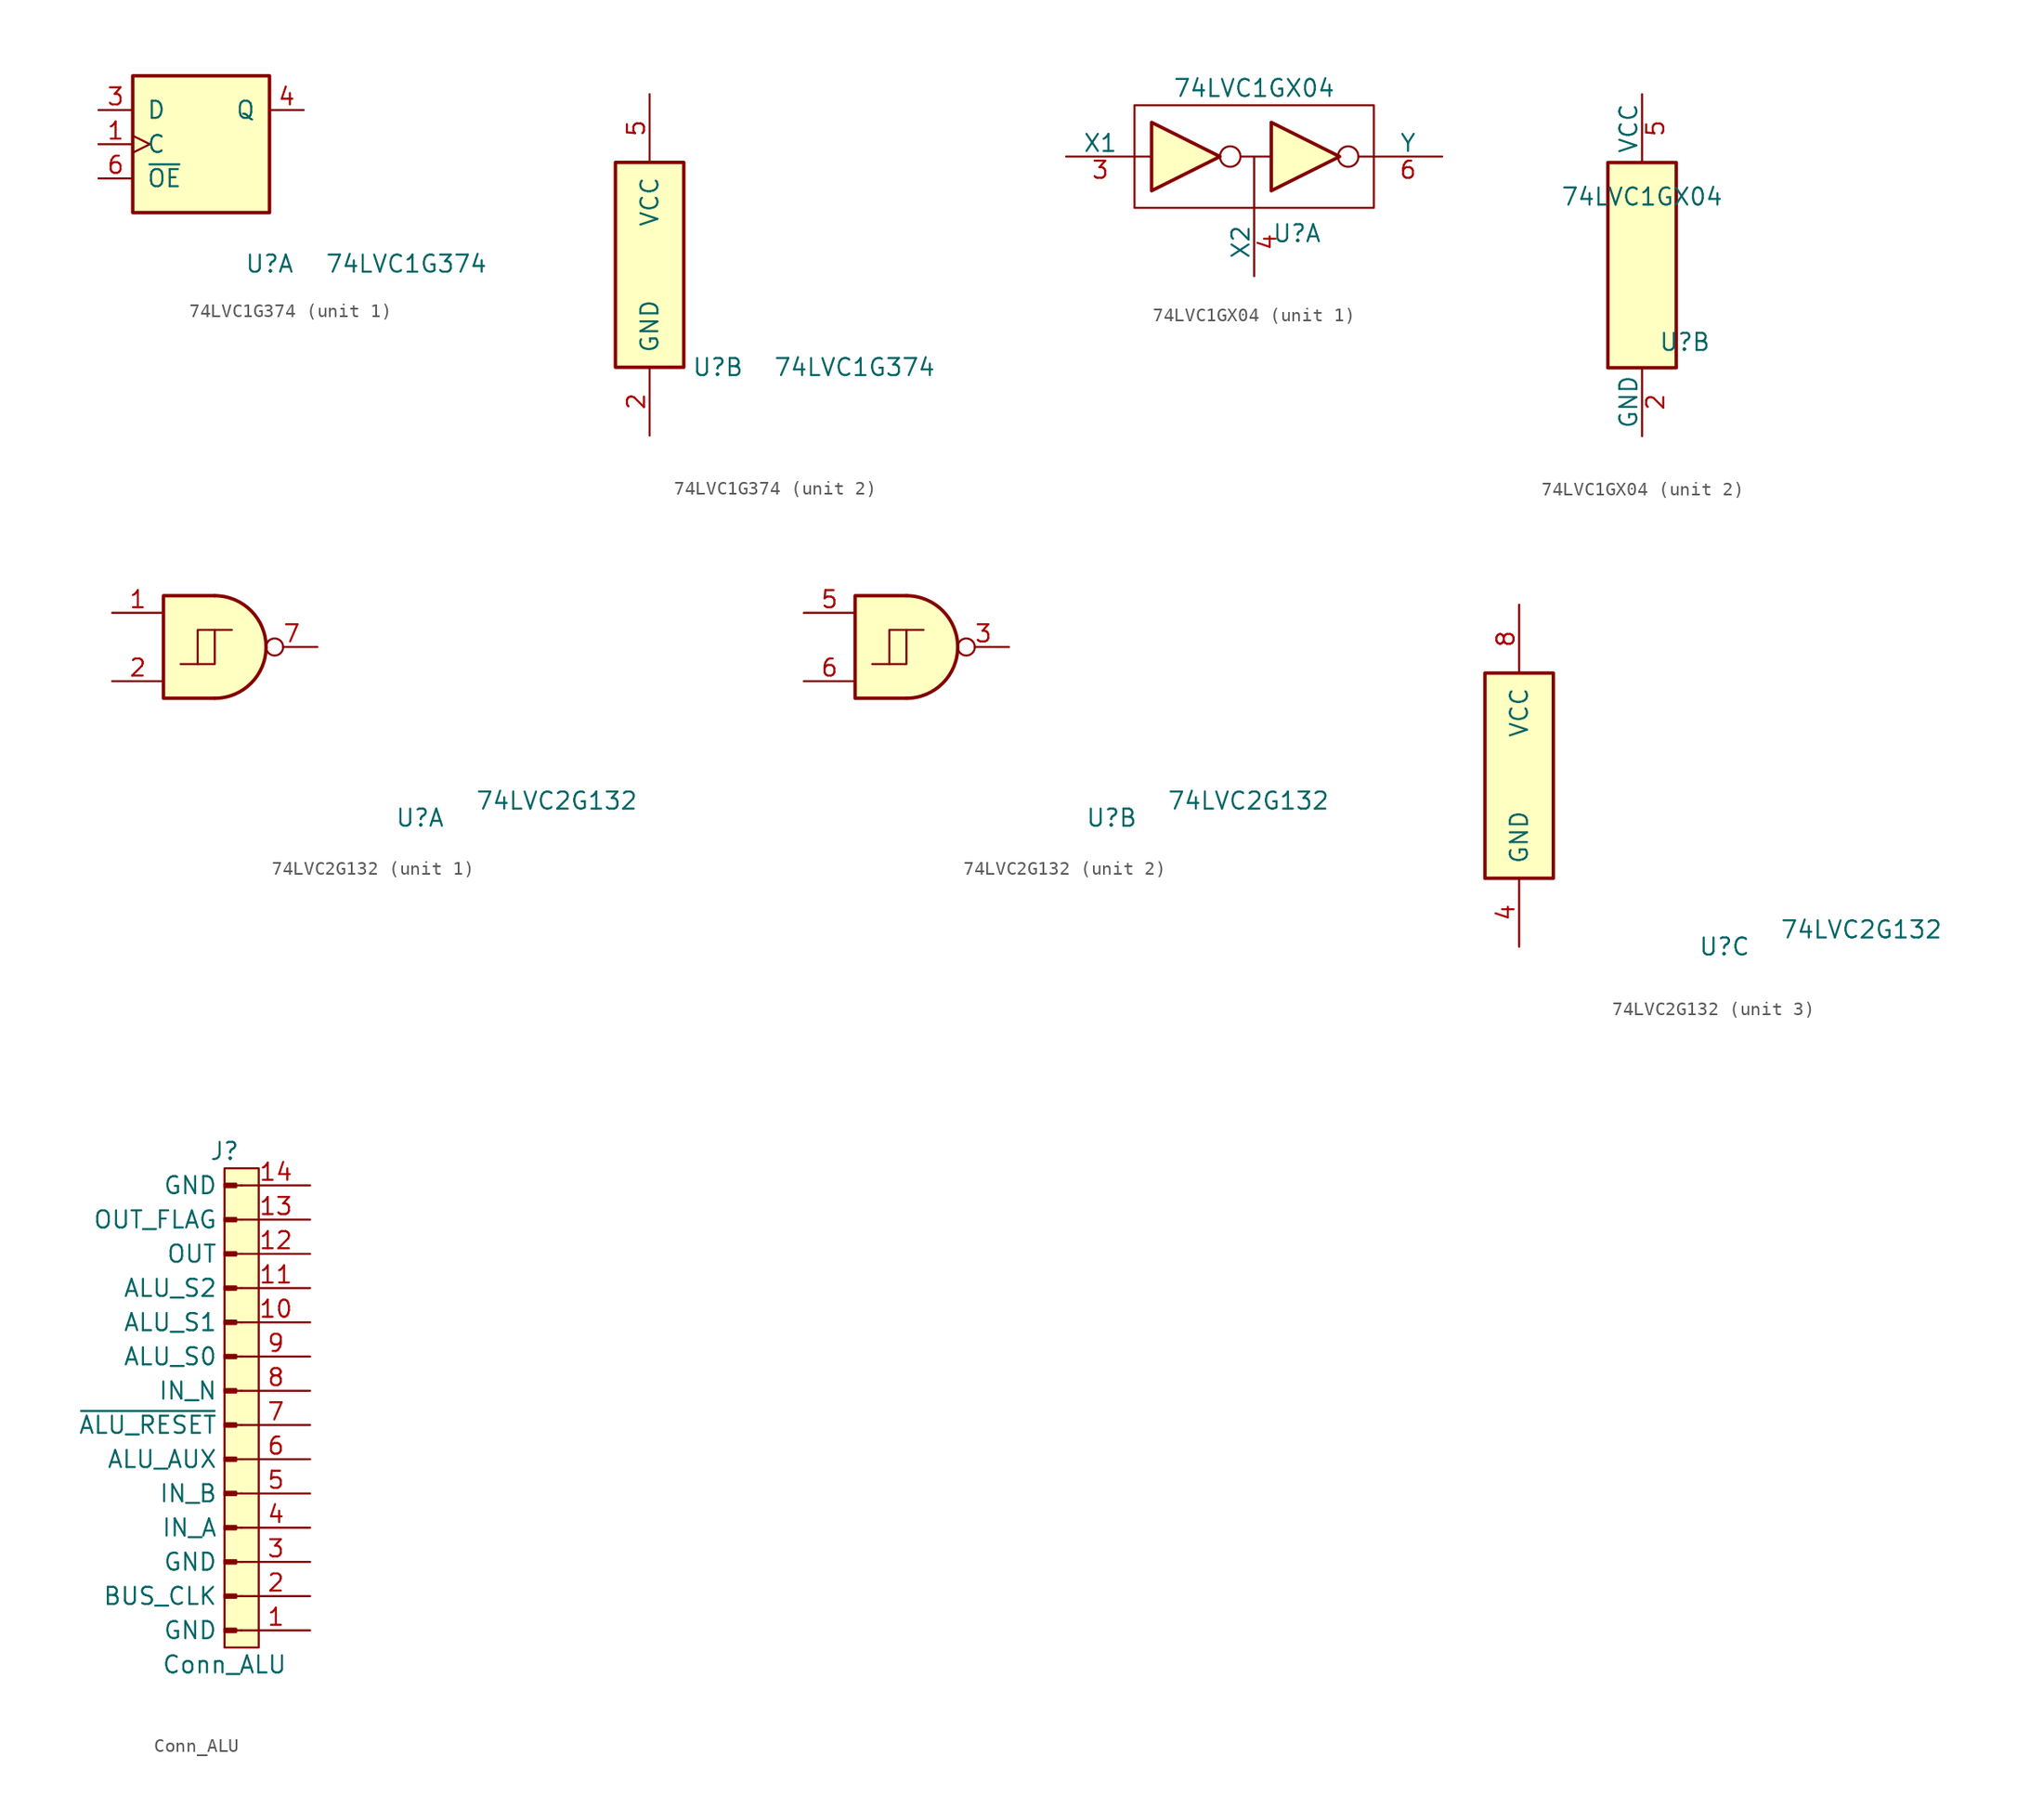
<source format=kicad_sym>
(kicad_symbol_lib
  (version 20211014)
  (generator kicad_symbol_editor)
  (symbol "74LVC1G374"
    (pin_names
      (offset 1.016))
    (property "Reference" "U"
      (at 5.08 -8.89 0)
      (effects (font (size 1.27 1.27))))
    (property "Value" "74LVC1G374"
      (at 15.24 -8.89 0)
      (effects (font (size 1.27 1.27))))
    (property "ki_locked" ""
      (at 0 0 0)
      (effects (font (size 1.27 1.27))))
    (symbol "74LVC1G374_1_0"
      (pin input clock (at -7.62 0 0) (length 2.54) (name "C" (effects (font (size 1.27 1.27)))) (number "1" (effects (font (size 1.27 1.27)))))
      (pin input line (at -7.62 2.54 0) (length 2.54) (name "D" (effects (font (size 1.27 1.27)))) (number "3" (effects (font (size 1.27 1.27)))))
      (pin output line (at 7.62 2.54 180) (length 2.54) (name "Q" (effects (font (size 1.27 1.27)))) (number "4" (effects (font (size 1.27 1.27)))))
      (pin input line (at -7.62 -2.54 0) (length 2.54) (name "~{OE}" (effects (font (size 1.27 1.27)))) (number "6" (effects (font (size 1.27 1.27))))))
    (symbol "74LVC1G374_1_1"
      (rectangle (start -5.08 5.08) (end 5.08 -5.08) (stroke (width 0.254) (type default) (color 0 0 0 0)) (fill (type background))))
    (symbol "74LVC1G374_2_0"
      (rectangle (start -2.54 6.35) (end 2.54 -8.89) (stroke (width 0.254) (type default) (color 0 0 0 0)) (fill (type background)))
      (pin power_in line (at 0 -13.97 90) (length 5.08) (name "GND" (effects (font (size 1.27 1.27)))) (number "2" (effects (font (size 1.27 1.27)))))
      (pin power_in line (at 0 11.43 270) (length 5.08) (name "VCC" (effects (font (size 1.27 1.27)))) (number "5" (effects (font (size 1.27 1.27)))))))
  (symbol "74LVC1GX04"
    (pin_names
      (offset 0))
    (property "Reference" "U"
      (at 3.175 -5.715 0)
      (effects (font (size 1.27 1.27))))
    (property "Value" "74LVC1GX04"
      (at 0 5.08 0)
      (effects (font (size 1.27 1.27))))
    (property "ki_locked" ""
      (at 0 0 0)
      (effects (font (size 1.27 1.27))))
    (symbol "74LVC1GX04_1_0"
      (polyline (pts (xy -7.62 2.54) (xy -7.62 -2.54) (xy -2.54 0) (xy -7.62 2.54)) (stroke (width 0.254) (type default) (color 0 0 0 0)) (fill (type background)))
      (polyline (pts (xy 1.27 2.54) (xy 1.27 -2.54) (xy 6.35 0) (xy 1.27 2.54)) (stroke (width 0.254) (type default) (color 0 0 0 0)) (fill (type background)))
      (pin input line (at -13.97 0 0) (length 5.08) (name "X1" (effects (font (size 1.27 1.27)))) (number "3" (effects (font (size 1.27 1.27)))))
      (pin output line (at 0 -8.89 90) (length 5.08) (name "X2" (effects (font (size 1.27 1.27)))) (number "4" (effects (font (size 1.27 1.27)))))
      (pin output line (at 13.97 0 180) (length 5.08) (name "Y" (effects (font (size 1.27 1.27)))) (number "6" (effects (font (size 1.27 1.27))))))
    (symbol "74LVC1GX04_1_1"
      (rectangle (start -8.89 3.81) (end 8.89 -3.81) (stroke (width 0) (type default) (color 0 0 0 0)) (fill (type none)))
      (circle (center -1.778 0) (radius 0.762) (stroke (width 0) (type default) (color 0 0 0 0)) (fill (type none)))
      (polyline (pts (xy -7.62 0) (xy -8.89 0)) (stroke (width 0) (type default) (color 0 0 0 0)) (fill (type none)))
      (polyline (pts (xy -1.016 0) (xy 1.27 0)) (stroke (width 0) (type default) (color 0 0 0 0)) (fill (type none)))
      (polyline (pts (xy 0 0) (xy 0 -3.81)) (stroke (width 0) (type default) (color 0 0 0 0)) (fill (type none)))
      (polyline (pts (xy 8.89 0) (xy 7.747 0)) (stroke (width 0) (type default) (color 0 0 0 0)) (fill (type none)))
      (circle (center 6.985 0) (radius 0.762) (stroke (width 0) (type default) (color 0 0 0 0)) (fill (type none))))
    (symbol "74LVC1GX04_2_0"
      (pin no_connect line (at 1.27 -12.7 90) (length 5.08) hide (name "~" (effects (font (size 1.27 1.27)))) (number "1" (effects (font (size 1.27 1.27)))))
      (pin power_in line (at 0 -12.7 90) (length 5.08) (name "GND" (effects (font (size 1.27 1.27)))) (number "2" (effects (font (size 1.27 1.27)))))
      (pin power_in line (at 0 12.7 270) (length 5.08) (name "VCC" (effects (font (size 1.27 1.27)))) (number "5" (effects (font (size 1.27 1.27))))))
    (symbol "74LVC1GX04_2_1"
      (rectangle (start -2.54 7.62) (end 2.54 -7.62) (stroke (width 0.254) (type default) (color 0 0 0 0)) (fill (type background)))))
  (symbol "74LVC2G132"
    (pin_names
      (offset 1.016))
    (property "Reference" "U"
      (at 15.24 -12.7 0)
      (effects (font (size 1.27 1.27))))
    (property "Value" "74LVC2G132"
      (at 25.4 -11.43 0)
      (effects (font (size 1.27 1.27))))
    (property "ki_locked" ""
      (at 0 0 0)
      (effects (font (size 1.27 1.27))))
    (symbol "74LVC2G132_1_1"
      (arc (start 0 -3.81) (mid 3.81 0) (end 0 3.81) (stroke (width 0.254) (type default) (color 0 0 0 0)) (fill (type background)))
      (polyline (pts (xy -1.27 -1.27) (xy 0 -1.27) (xy 0 1.27)) (stroke (width 0) (type default) (color 0 0 0 0)) (fill (type none)))
      (polyline (pts (xy 0 3.81) (xy -3.81 3.81) (xy -3.81 -3.81) (xy 0 -3.81)) (stroke (width 0.254) (type default) (color 0 0 0 0)) (fill (type background)))
      (polyline (pts (xy 1.27 1.27) (xy -1.27 1.27) (xy -1.27 -1.27) (xy -2.54 -1.27)) (stroke (width 0) (type default) (color 0 0 0 0)) (fill (type none)))
      (pin input line (at -7.62 2.54 0) (length 3.81) (name "~" (effects (font (size 1.27 1.27)))) (number "1" (effects (font (size 1.27 1.27)))))
      (pin input line (at -7.62 -2.54 0) (length 3.81) (name "~" (effects (font (size 1.27 1.27)))) (number "2" (effects (font (size 1.27 1.27)))))
      (pin output inverted (at 7.62 0 180) (length 3.81) (name "~" (effects (font (size 1.27 1.27)))) (number "7" (effects (font (size 1.27 1.27))))))
    (symbol "74LVC2G132_2_1"
      (arc (start 0 -3.81) (mid 3.81 0) (end 0 3.81) (stroke (width 0.254) (type default) (color 0 0 0 0)) (fill (type background)))
      (polyline (pts (xy -1.27 -1.27) (xy 0 -1.27) (xy 0 1.27)) (stroke (width 0) (type default) (color 0 0 0 0)) (fill (type none)))
      (polyline (pts (xy 0 3.81) (xy -3.81 3.81) (xy -3.81 -3.81) (xy 0 -3.81)) (stroke (width 0.254) (type default) (color 0 0 0 0)) (fill (type background)))
      (polyline (pts (xy 1.27 1.27) (xy -1.27 1.27) (xy -1.27 -1.27) (xy -2.54 -1.27)) (stroke (width 0) (type default) (color 0 0 0 0)) (fill (type none)))
      (pin output inverted (at 7.62 0 180) (length 3.81) (name "~" (effects (font (size 1.27 1.27)))) (number "3" (effects (font (size 1.27 1.27)))))
      (pin input line (at -7.62 2.54 0) (length 3.81) (name "~" (effects (font (size 1.27 1.27)))) (number "5" (effects (font (size 1.27 1.27)))))
      (pin input line (at -7.62 -2.54 0) (length 3.81) (name "~" (effects (font (size 1.27 1.27)))) (number "6" (effects (font (size 1.27 1.27))))))
    (symbol "74LVC2G132_3_1"
      (rectangle (start -2.54 7.62) (end 2.54 -7.62) (stroke (width 0.254) (type default) (color 0 0 0 0)) (fill (type background)))
      (pin power_in line (at 0 -12.7 90) (length 5.08) (name "GND" (effects (font (size 1.27 1.27)))) (number "4" (effects (font (size 1.27 1.27)))))
      (pin power_in line (at 0 12.7 270) (length 5.08) (name "VCC" (effects (font (size 1.27 1.27)))) (number "8" (effects (font (size 1.27 1.27)))))))
  (symbol "Conn_ALU"
    (pin_names
      (offset 1.778))
    (property "Reference" "J"
      (at 0 17.78 0)
      (effects (font (size 1.27 1.27))))
    (property "Value" "Conn_ALU"
      (at 0 -20.32 0)
      (effects (font (size 1.27 1.27))))
    (symbol "Conn_ALU_0_1"
      (rectangle (start 0 16.51) (end 2.54 -19.05) (stroke (width 0) (type default) (color 0 0 0 0)) (fill (type background))))
    (symbol "Conn_ALU_1_1"
      (polyline (pts (xy 1.27 -17.78) (xy 0.864 -17.78)) (stroke (width 0.152) (type default) (color 0 0 0 0)) (fill (type none)))
      (polyline (pts (xy 1.27 -15.24) (xy 0.864 -15.24)) (stroke (width 0.152) (type default) (color 0 0 0 0)) (fill (type none)))
      (polyline (pts (xy 1.27 -12.7) (xy 0.864 -12.7)) (stroke (width 0.152) (type default) (color 0 0 0 0)) (fill (type none)))
      (polyline (pts (xy 1.27 -10.16) (xy 0.864 -10.16)) (stroke (width 0.152) (type default) (color 0 0 0 0)) (fill (type none)))
      (polyline (pts (xy 1.27 -7.62) (xy 0.864 -7.62)) (stroke (width 0.152) (type default) (color 0 0 0 0)) (fill (type none)))
      (polyline (pts (xy 1.27 -5.08) (xy 0.864 -5.08)) (stroke (width 0.152) (type default) (color 0 0 0 0)) (fill (type none)))
      (polyline (pts (xy 1.27 -2.54) (xy 0.864 -2.54)) (stroke (width 0.152) (type default) (color 0 0 0 0)) (fill (type none)))
      (polyline (pts (xy 1.27 0) (xy 0.864 0)) (stroke (width 0.152) (type default) (color 0 0 0 0)) (fill (type none)))
      (polyline (pts (xy 1.27 2.54) (xy 0.864 2.54)) (stroke (width 0.152) (type default) (color 0 0 0 0)) (fill (type none)))
      (polyline (pts (xy 1.27 5.08) (xy 0.864 5.08)) (stroke (width 0.152) (type default) (color 0 0 0 0)) (fill (type none)))
      (polyline (pts (xy 1.27 7.62) (xy 0.864 7.62)) (stroke (width 0.152) (type default) (color 0 0 0 0)) (fill (type none)))
      (polyline (pts (xy 1.27 10.16) (xy 0.864 10.16)) (stroke (width 0.152) (type default) (color 0 0 0 0)) (fill (type none)))
      (polyline (pts (xy 1.27 12.7) (xy 0.864 12.7)) (stroke (width 0.152) (type default) (color 0 0 0 0)) (fill (type none)))
      (polyline (pts (xy 1.27 15.24) (xy 0.864 15.24)) (stroke (width 0.152) (type default) (color 0 0 0 0)) (fill (type none)))
      (rectangle (start 0.864 -17.653) (end 0 -17.907) (stroke (width 0.152) (type default) (color 0 0 0 0)) (fill (type outline)))
      (rectangle (start 0.864 -15.113) (end 0 -15.367) (stroke (width 0.152) (type default) (color 0 0 0 0)) (fill (type outline)))
      (rectangle (start 0.864 -12.573) (end 0 -12.827) (stroke (width 0.152) (type default) (color 0 0 0 0)) (fill (type outline)))
      (rectangle (start 0.864 -10.033) (end 0 -10.287) (stroke (width 0.152) (type default) (color 0 0 0 0)) (fill (type outline)))
      (rectangle (start 0.864 -7.493) (end 0 -7.747) (stroke (width 0.152) (type default) (color 0 0 0 0)) (fill (type outline)))
      (rectangle (start 0.864 -4.953) (end 0 -5.207) (stroke (width 0.152) (type default) (color 0 0 0 0)) (fill (type outline)))
      (rectangle (start 0.864 -2.413) (end 0 -2.667) (stroke (width 0.152) (type default) (color 0 0 0 0)) (fill (type outline)))
      (rectangle (start 0.864 0.127) (end 0 -0.127) (stroke (width 0.152) (type default) (color 0 0 0 0)) (fill (type outline)))
      (rectangle (start 0.864 2.667) (end 0 2.413) (stroke (width 0.152) (type default) (color 0 0 0 0)) (fill (type outline)))
      (rectangle (start 0.864 5.207) (end 0 4.953) (stroke (width 0.152) (type default) (color 0 0 0 0)) (fill (type outline)))
      (rectangle (start 0.864 7.747) (end 0 7.493) (stroke (width 0.152) (type default) (color 0 0 0 0)) (fill (type outline)))
      (rectangle (start 0.864 10.287) (end 0 10.033) (stroke (width 0.152) (type default) (color 0 0 0 0)) (fill (type outline)))
      (rectangle (start 0.864 12.827) (end 0 12.573) (stroke (width 0.152) (type default) (color 0 0 0 0)) (fill (type outline)))
      (rectangle (start 0.864 15.367) (end 0 15.113) (stroke (width 0.152) (type default) (color 0 0 0 0)) (fill (type outline)))
      (pin passive line (at 6.35 -17.78 180) (length 5.08) (name "GND" (effects (font (size 1.27 1.27)))) (number "1" (effects (font (size 1.27 1.27)))))
      (pin passive line (at 6.35 5.08 180) (length 5.08) (name "ALU_S1" (effects (font (size 1.27 1.27)))) (number "10" (effects (font (size 1.27 1.27)))))
      (pin passive line (at 6.35 7.62 180) (length 5.08) (name "ALU_S2" (effects (font (size 1.27 1.27)))) (number "11" (effects (font (size 1.27 1.27)))))
      (pin passive line (at 6.35 10.16 180) (length 5.08) (name "OUT" (effects (font (size 1.27 1.27)))) (number "12" (effects (font (size 1.27 1.27)))))
      (pin passive line (at 6.35 12.7 180) (length 5.08) (name "OUT_FLAG" (effects (font (size 1.27 1.27)))) (number "13" (effects (font (size 1.27 1.27)))))
      (pin passive line (at 6.35 15.24 180) (length 5.08) (name "GND" (effects (font (size 1.27 1.27)))) (number "14" (effects (font (size 1.27 1.27)))))
      (pin passive line (at 6.35 -15.24 180) (length 5.08) (name "BUS_CLK" (effects (font (size 1.27 1.27)))) (number "2" (effects (font (size 1.27 1.27)))))
      (pin passive line (at 6.35 -12.7 180) (length 5.08) (name "GND" (effects (font (size 1.27 1.27)))) (number "3" (effects (font (size 1.27 1.27)))))
      (pin passive line (at 6.35 -10.16 180) (length 5.08) (name "IN_A" (effects (font (size 1.27 1.27)))) (number "4" (effects (font (size 1.27 1.27)))))
      (pin passive line (at 6.35 -7.62 180) (length 5.08) (name "IN_B" (effects (font (size 1.27 1.27)))) (number "5" (effects (font (size 1.27 1.27)))))
      (pin passive line (at 6.35 -5.08 180) (length 5.08) (name "ALU_AUX" (effects (font (size 1.27 1.27)))) (number "6" (effects (font (size 1.27 1.27)))))
      (pin passive line (at 6.35 -2.54 180) (length 5.08) (name "~{ALU_RESET}" (effects (font (size 1.27 1.27)))) (number "7" (effects (font (size 1.27 1.27)))))
      (pin passive line (at 6.35 0 180) (length 5.08) (name "IN_N" (effects (font (size 1.27 1.27)))) (number "8" (effects (font (size 1.27 1.27)))))
      (pin passive line (at 6.35 2.54 180) (length 5.08) (name "ALU_S0" (effects (font (size 1.27 1.27)))) (number "9" (effects (font (size 1.27 1.27))))))))
</source>
